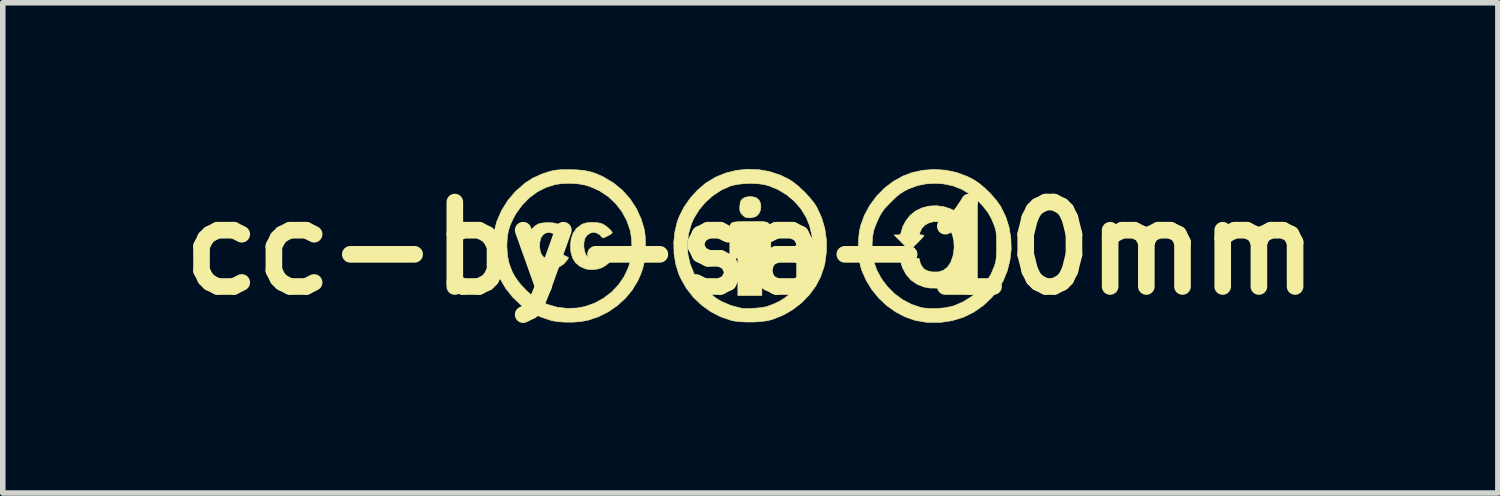
<source format=kicad_pcb>
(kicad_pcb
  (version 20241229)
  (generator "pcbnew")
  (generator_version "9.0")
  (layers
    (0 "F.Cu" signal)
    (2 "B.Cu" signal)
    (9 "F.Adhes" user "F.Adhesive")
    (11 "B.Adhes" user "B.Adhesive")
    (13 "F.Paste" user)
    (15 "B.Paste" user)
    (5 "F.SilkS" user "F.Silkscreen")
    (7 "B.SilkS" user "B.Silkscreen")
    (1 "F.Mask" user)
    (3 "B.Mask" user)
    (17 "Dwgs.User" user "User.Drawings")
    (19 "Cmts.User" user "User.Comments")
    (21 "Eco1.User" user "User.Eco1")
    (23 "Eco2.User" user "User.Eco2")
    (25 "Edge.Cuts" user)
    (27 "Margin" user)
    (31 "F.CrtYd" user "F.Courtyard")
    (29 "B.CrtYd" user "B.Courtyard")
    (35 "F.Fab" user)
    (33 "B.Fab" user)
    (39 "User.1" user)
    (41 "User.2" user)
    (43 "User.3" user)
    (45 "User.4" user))
  (footprint "cc-by-sa-10mm"
    (layer "F.Cu")
    (at 10.494 1.432)
    (property "Reference" "cc-by-sa-10mm" (at 0 0 0) (layer "F.SilkS") (effects (font (size 1.524 1.524) (thickness 0.3))))
    (attr through_hole)
    (fp_poly (pts (xy 0.054 -0.928) (xy 0.112 -0.909) (xy 0.157 -0.869) (xy 0.184 -0.812) (xy 0.191 -0.746) (xy 0.18 -0.68) (xy 0.152 -0.621) (xy 0.106 -0.578) (xy 0.09 -0.57) (xy 0.007 -0.549) (xy -0.072 -0.556) (xy -0.09 -0.562) (xy -0.123 -0.584) (xy -0.158 -0.619) (xy -0.16 -0.622) (xy -0.181 -0.654) (xy -0.19 -0.689) (xy -0.191 -0.74) (xy -0.189 -0.762) (xy -0.182 -0.821) (xy -0.17 -0.859) (xy -0.146 -0.888) (xy -0.139 -0.895) (xy -0.086 -0.922) (xy -0.018 -0.933) (xy 0.054 -0.928)) (stroke (width 0.01) (type solid)) (fill yes) (layer "F.SilkS"))
    (fp_poly (pts (xy 0.211 -0.482) (xy 0.276 -0.475) (xy 0.32 -0.46) (xy 0.348 -0.431) (xy 0.363 -0.386) (xy 0.369 -0.32) (xy 0.37 -0.23) (xy 0.37 -0.121) (xy 0.37 0.177) (xy 0.209 0.177) (xy 0.209 0.852) (xy -0.225 0.852) (xy -0.225 0.177) (xy -0.37 0.177) (xy -0.37 -0.128) (xy -0.37 -0.234) (xy -0.369 -0.312) (xy -0.367 -0.368) (xy -0.364 -0.405) (xy -0.358 -0.429) (xy -0.35 -0.444) (xy -0.338 -0.454) (xy -0.334 -0.457) (xy -0.316 -0.466) (xy -0.287 -0.473) (xy -0.244 -0.478) (xy -0.182 -0.48) (xy -0.097 -0.482) (xy 0.004 -0.482) (xy 0.121 -0.483) (xy 0.211 -0.482)) (stroke (width 0.01) (type solid)) (fill yes) (layer "F.SilkS"))
    (fp_poly (pts (xy -3.555 -0.459) (xy -3.455 -0.434) (xy -3.374 -0.385) (xy -3.327 -0.336) (xy -3.278 -0.275) (xy -3.371 -0.228) (xy -3.464 -0.181) (xy -3.506 -0.226) (xy -3.564 -0.27) (xy -3.629 -0.287) (xy -3.693 -0.276) (xy -3.745 -0.242) (xy -3.781 -0.186) (xy -3.8 -0.112) (xy -3.804 -0.028) (xy -3.792 0.055) (xy -3.769 0.114) (xy -3.728 0.163) (xy -3.672 0.192) (xy -3.608 0.2) (xy -3.547 0.187) (xy -3.496 0.153) (xy -3.478 0.13) (xy -3.451 0.083) (xy -3.366 0.125) (xy -3.281 0.167) (xy -3.308 0.213) (xy -3.367 0.282) (xy -3.447 0.335) (xy -3.541 0.37) (xy -3.643 0.385) (xy -3.745 0.376) (xy -3.799 0.361) (xy -3.891 0.315) (xy -3.962 0.25) (xy -3.999 0.196) (xy -4.019 0.158) (xy -4.032 0.123) (xy -4.04 0.083) (xy -4.043 0.027) (xy -4.043 -0.041) (xy -4.042 -0.117) (xy -4.039 -0.169) (xy -4.032 -0.208) (xy -4.018 -0.241) (xy -3.996 -0.279) (xy -3.994 -0.282) (xy -3.953 -0.337) (xy -3.903 -0.388) (xy -3.878 -0.408) (xy -3.839 -0.433) (xy -3.801 -0.448) (xy -3.752 -0.457) (xy -3.683 -0.463) (xy -3.677 -0.463) (xy -3.555 -0.459)) (stroke (width 0.01) (type solid)) (fill yes) (layer "F.SilkS"))
    (fp_poly (pts (xy -2.787 -0.465) (xy -2.712 -0.454) (xy -2.674 -0.442) (xy -2.631 -0.418) (xy -2.584 -0.384) (xy -2.539 -0.345) (xy -2.506 -0.309) (xy -2.492 -0.283) (xy -2.492 -0.281) (xy -2.505 -0.266) (xy -2.54 -0.242) (xy -2.58 -0.221) (xy -2.629 -0.197) (xy -2.657 -0.188) (xy -2.672 -0.191) (xy -2.683 -0.205) (xy -2.685 -0.209) (xy -2.717 -0.244) (xy -2.766 -0.273) (xy -2.817 -0.289) (xy -2.829 -0.289) (xy -2.889 -0.275) (xy -2.944 -0.238) (xy -2.982 -0.187) (xy -2.983 -0.184) (xy -3.003 -0.108) (xy -3.005 -0.025) (xy -2.992 0.056) (xy -2.964 0.124) (xy -2.932 0.163) (xy -2.874 0.193) (xy -2.807 0.199) (xy -2.742 0.18) (xy -2.689 0.139) (xy -2.676 0.122) (xy -2.649 0.081) (xy -2.571 0.121) (xy -2.527 0.147) (xy -2.498 0.17) (xy -2.492 0.182) (xy -2.504 0.209) (xy -2.537 0.246) (xy -2.583 0.287) (xy -2.635 0.325) (xy -2.685 0.352) (xy -2.76 0.375) (xy -2.849 0.384) (xy -2.935 0.379) (xy -2.974 0.371) (xy -3.076 0.326) (xy -3.154 0.261) (xy -3.208 0.175) (xy -3.239 0.068) (xy -3.247 -0.04) (xy -3.235 -0.167) (xy -3.198 -0.273) (xy -3.137 -0.36) (xy -3.052 -0.425) (xy -3.008 -0.446) (xy -2.948 -0.461) (xy -2.87 -0.467) (xy -2.787 -0.465)) (stroke (width 0.01) (type solid)) (fill yes) (layer "F.SilkS"))
    (fp_poly (pts (xy 3.489 -0.752) (xy 3.615 -0.712) (xy 3.732 -0.649) (xy 3.833 -0.563) (xy 3.833 -0.562) (xy 3.919 -0.448) (xy 3.98 -0.32) (xy 4.017 -0.182) (xy 4.03 -0.038) (xy 4.019 0.105) (xy 3.986 0.244) (xy 3.929 0.374) (xy 3.849 0.489) (xy 3.771 0.566) (xy 3.655 0.642) (xy 3.523 0.693) (xy 3.381 0.719) (xy 3.238 0.717) (xy 3.135 0.698) (xy 3.009 0.648) (xy 2.901 0.573) (xy 2.813 0.474) (xy 2.748 0.354) (xy 2.709 0.229) (xy 2.698 0.177) (xy 2.876 0.177) (xy 2.954 0.177) (xy 3.005 0.179) (xy 3.035 0.183) (xy 3.05 0.19) (xy 3.054 0.202) (xy 3.054 0.211) (xy 3.067 0.268) (xy 3.098 0.327) (xy 3.141 0.376) (xy 3.157 0.387) (xy 3.202 0.407) (xy 3.261 0.422) (xy 3.287 0.427) (xy 3.393 0.427) (xy 3.482 0.399) (xy 3.556 0.343) (xy 3.614 0.26) (xy 3.655 0.149) (xy 3.665 0.105) (xy 3.679 -0.011) (xy 3.674 -0.127) (xy 3.651 -0.235) (xy 3.613 -0.329) (xy 3.561 -0.4) (xy 3.553 -0.408) (xy 3.479 -0.456) (xy 3.397 -0.479) (xy 3.311 -0.481) (xy 3.229 -0.461) (xy 3.156 -0.422) (xy 3.099 -0.364) (xy 3.063 -0.291) (xy 3.062 -0.285) (xy 3.057 -0.254) (xy 3.071 -0.242) (xy 3.093 -0.241) (xy 3.124 -0.237) (xy 3.135 -0.229) (xy 3.124 -0.213) (xy 3.095 -0.18) (xy 3.052 -0.135) (xy 3.006 -0.088) (xy 2.877 0.04) (xy 2.737 -0.101) (xy 2.596 -0.241) (xy 2.655 -0.241) (xy 2.694 -0.244) (xy 2.713 -0.258) (xy 2.723 -0.294) (xy 2.724 -0.301) (xy 2.754 -0.395) (xy 2.805 -0.491) (xy 2.873 -0.58) (xy 2.889 -0.598) (xy 2.988 -0.677) (xy 3.102 -0.731) (xy 3.227 -0.762) (xy 3.358 -0.769) (xy 3.489 -0.752)) (stroke (width 0.01) (type solid)) (fill yes) (layer "F.SilkS"))
    (fp_poly (pts (xy 0.148 -1.42) (xy 0.347 -1.385) (xy 0.539 -1.322) (xy 0.691 -1.249) (xy 0.782 -1.189) (xy 0.88 -1.109) (xy 0.98 -1.015) (xy 1.072 -0.915) (xy 1.151 -0.817) (xy 1.201 -0.739) (xy 1.287 -0.553) (xy 1.345 -0.355) (xy 1.374 -0.148) (xy 1.374 0.063) (xy 1.345 0.274) (xy 1.332 0.329) (xy 1.27 0.512) (xy 1.18 0.684) (xy 1.063 0.842) (xy 0.924 0.985) (xy 0.764 1.108) (xy 0.586 1.209) (xy 0.394 1.286) (xy 0.306 1.307) (xy 0.196 1.322) (xy 0.073 1.33) (xy -0.054 1.331) (xy -0.175 1.326) (xy -0.281 1.314) (xy -0.338 1.303) (xy -0.533 1.237) (xy -0.716 1.143) (xy -0.882 1.023) (xy -1.031 0.88) (xy -1.157 0.717) (xy -1.259 0.537) (xy -1.293 0.46) (xy -1.347 0.283) (xy -1.377 0.094) (xy -1.381 -0.08) (xy -1.137 -0.08) (xy -1.127 0.104) (xy -1.086 0.285) (xy -1.014 0.463) (xy -1.008 0.474) (xy -0.936 0.589) (xy -0.842 0.704) (xy -0.733 0.811) (xy -0.618 0.902) (xy -0.522 0.96) (xy -0.343 1.035) (xy -0.159 1.082) (xy -0.153 1.083) (xy -0.096 1.087) (xy -0.018 1.087) (xy 0.07 1.082) (xy 0.159 1.075) (xy 0.237 1.064) (xy 0.289 1.054) (xy 0.346 1.035) (xy 0.417 1.007) (xy 0.491 0.974) (xy 0.512 0.964) (xy 0.619 0.899) (xy 0.729 0.813) (xy 0.834 0.713) (xy 0.924 0.608) (xy 0.994 0.503) (xy 1.002 0.487) (xy 1.072 0.318) (xy 1.113 0.139) (xy 1.127 -0.045) (xy 1.112 -0.23) (xy 1.07 -0.408) (xy 1.01 -0.555) (xy 0.916 -0.71) (xy 0.797 -0.848) (xy 0.657 -0.965) (xy 0.501 -1.06) (xy 0.334 -1.128) (xy 0.251 -1.15) (xy 0.14 -1.166) (xy 0.013 -1.172) (xy -0.117 -1.167) (xy -0.24 -1.153) (xy -0.345 -1.129) (xy -0.354 -1.126) (xy -0.515 -1.056) (xy -0.666 -0.958) (xy -0.804 -0.838) (xy -0.922 -0.698) (xy -1.017 -0.544) (xy -1.063 -0.443) (xy -1.115 -0.263) (xy -1.137 -0.08) (xy -1.381 -0.08) (xy -1.382 -0.102) (xy -1.362 -0.296) (xy -1.318 -0.481) (xy -1.283 -0.574) (xy -1.199 -0.74) (xy -1.089 -0.899) (xy -0.958 -1.045) (xy -0.812 -1.17) (xy -0.794 -1.183) (xy -0.625 -1.285) (xy -0.443 -1.359) (xy -0.25 -1.407) (xy -0.052 -1.427) (xy 0.148 -1.42)) (stroke (width 0.01) (type solid)) (fill yes) (layer "F.SilkS"))
    (fp_poly (pts (xy -3.128 -1.416) (xy -3.006 -1.405) (xy -2.899 -1.384) (xy -2.796 -1.352) (xy -2.689 -1.306) (xy -2.651 -1.287) (xy -2.469 -1.179) (xy -2.309 -1.047) (xy -2.172 -0.894) (xy -2.058 -0.72) (xy -1.971 -0.529) (xy -1.919 -0.359) (xy -1.904 -0.279) (xy -1.895 -0.18) (xy -1.893 -0.057) (xy -1.893 -0.032) (xy -1.898 0.118) (xy -1.914 0.247) (xy -1.942 0.366) (xy -1.986 0.486) (xy -2.032 0.587) (xy -2.13 0.75) (xy -2.255 0.901) (xy -2.401 1.034) (xy -2.565 1.147) (xy -2.742 1.236) (xy -2.928 1.298) (xy -2.942 1.301) (xy -3.062 1.322) (xy -3.199 1.333) (xy -3.34 1.333) (xy -3.474 1.324) (xy -3.59 1.304) (xy -3.601 1.301) (xy -3.795 1.235) (xy -3.977 1.141) (xy -4.143 1.022) (xy -4.29 0.881) (xy -4.416 0.722) (xy -4.518 0.546) (xy -4.592 0.356) (xy -4.599 0.335) (xy -4.618 0.245) (xy -4.633 0.135) (xy -4.642 0.015) (xy -4.643 -0.032) (xy -4.394 -0.032) (xy -4.384 0.131) (xy -4.353 0.278) (xy -4.3 0.418) (xy -4.248 0.514) (xy -4.192 0.596) (xy -4.116 0.686) (xy -4.029 0.775) (xy -3.938 0.856) (xy -3.853 0.92) (xy -3.826 0.937) (xy -3.664 1.013) (xy -3.489 1.063) (xy -3.307 1.085) (xy -3.125 1.078) (xy -2.985 1.052) (xy -2.812 0.991) (xy -2.652 0.904) (xy -2.507 0.793) (xy -2.382 0.663) (xy -2.28 0.515) (xy -2.203 0.353) (xy -2.17 0.247) (xy -2.146 0.113) (xy -2.138 -0.034) (xy -2.145 -0.183) (xy -2.167 -0.317) (xy -2.169 -0.325) (xy -2.23 -0.501) (xy -2.318 -0.663) (xy -2.431 -0.808) (xy -2.565 -0.933) (xy -2.717 -1.035) (xy -2.885 -1.111) (xy -2.983 -1.142) (xy -3.104 -1.163) (xy -3.24 -1.173) (xy -3.379 -1.17) (xy -3.506 -1.154) (xy -3.522 -1.151) (xy -3.688 -1.099) (xy -3.845 -1.019) (xy -3.989 -0.912) (xy -4.118 -0.781) (xy -4.229 -0.629) (xy -4.274 -0.548) (xy -4.328 -0.434) (xy -4.364 -0.328) (xy -4.385 -0.218) (xy -4.393 -0.094) (xy -4.394 -0.032) (xy -4.643 -0.032) (xy -4.644 -0.102) (xy -4.64 -0.208) (xy -4.631 -0.277) (xy -4.576 -0.485) (xy -4.491 -0.68) (xy -4.379 -0.861) (xy -4.24 -1.024) (xy -4.074 -1.17) (xy -4.06 -1.181) (xy -3.924 -1.268) (xy -3.766 -1.339) (xy -3.654 -1.377) (xy -3.594 -1.394) (xy -3.542 -1.406) (xy -3.488 -1.413) (xy -3.425 -1.418) (xy -3.344 -1.419) (xy -3.271 -1.42) (xy -3.128 -1.416)) (stroke (width 0.01) (type solid)) (fill yes) (layer "F.SilkS"))
    (fp_poly (pts (xy 3.524 -1.41) (xy 3.725 -1.368) (xy 3.916 -1.297) (xy 4.037 -1.235) (xy 4.137 -1.167) (xy 4.242 -1.078) (xy 4.344 -0.977) (xy 4.437 -0.871) (xy 4.51 -0.768) (xy 4.523 -0.748) (xy 4.611 -0.568) (xy 4.671 -0.378) (xy 4.703 -0.182) (xy 4.709 0.016) (xy 4.687 0.212) (xy 4.64 0.403) (xy 4.566 0.585) (xy 4.467 0.753) (xy 4.361 0.885) (xy 4.203 1.034) (xy 4.031 1.154) (xy 3.846 1.244) (xy 3.648 1.305) (xy 3.439 1.337) (xy 3.218 1.338) (xy 3.156 1.333) (xy 2.972 1.3) (xy 2.793 1.237) (xy 2.623 1.148) (xy 2.465 1.035) (xy 2.321 0.901) (xy 2.196 0.749) (xy 2.093 0.582) (xy 2.014 0.403) (xy 1.991 0.33) (xy 1.969 0.224) (xy 1.955 0.097) (xy 1.951 -0.039) (xy 1.952 -0.092) (xy 2.199 -0.092) (xy 2.199 0.03) (xy 2.209 0.145) (xy 2.224 0.225) (xy 2.282 0.392) (xy 2.368 0.55) (xy 2.476 0.694) (xy 2.604 0.821) (xy 2.748 0.927) (xy 2.905 1.01) (xy 3.07 1.065) (xy 3.124 1.077) (xy 3.24 1.088) (xy 3.371 1.087) (xy 3.505 1.075) (xy 3.628 1.051) (xy 3.68 1.036) (xy 3.842 0.966) (xy 3.994 0.871) (xy 4.13 0.754) (xy 4.248 0.621) (xy 4.342 0.473) (xy 4.408 0.317) (xy 4.409 0.313) (xy 4.424 0.264) (xy 4.434 0.216) (xy 4.44 0.161) (xy 4.443 0.093) (xy 4.445 0.004) (xy 4.445 -0.048) (xy 4.444 -0.146) (xy 4.442 -0.219) (xy 4.438 -0.274) (xy 4.431 -0.32) (xy 4.42 -0.362) (xy 4.404 -0.409) (xy 4.402 -0.415) (xy 4.351 -0.538) (xy 4.29 -0.645) (xy 4.212 -0.747) (xy 4.123 -0.843) (xy 3.978 -0.968) (xy 3.82 -1.064) (xy 3.65 -1.13) (xy 3.469 -1.166) (xy 3.337 -1.173) (xy 3.171 -1.163) (xy 3.02 -1.133) (xy 2.874 -1.08) (xy 2.829 -1.059) (xy 2.764 -1.024) (xy 2.706 -0.987) (xy 2.65 -0.942) (xy 2.585 -0.883) (xy 2.539 -0.837) (xy 2.468 -0.765) (xy 2.415 -0.705) (xy 2.375 -0.649) (xy 2.34 -0.59) (xy 2.318 -0.547) (xy 2.284 -0.471) (xy 2.252 -0.391) (xy 2.228 -0.322) (xy 2.224 -0.305) (xy 2.207 -0.208) (xy 2.199 -0.092) (xy 1.952 -0.092) (xy 1.955 -0.176) (xy 1.968 -0.301) (xy 1.99 -0.406) (xy 2.061 -0.599) (xy 2.159 -0.779) (xy 2.28 -0.942) (xy 2.422 -1.086) (xy 2.582 -1.208) (xy 2.757 -1.305) (xy 2.915 -1.365) (xy 3.114 -1.409) (xy 3.318 -1.424) (xy 3.524 -1.41)) (stroke (width 0.01) (type solid)) (fill yes) (layer "F.SilkS")))
  (gr_rect
    (start -3 -3)
    (end 23.988 5.85)
    (stroke (width 0.1) (type default))
    (fill no)
    (layer "Edge.Cuts")))
</source>
